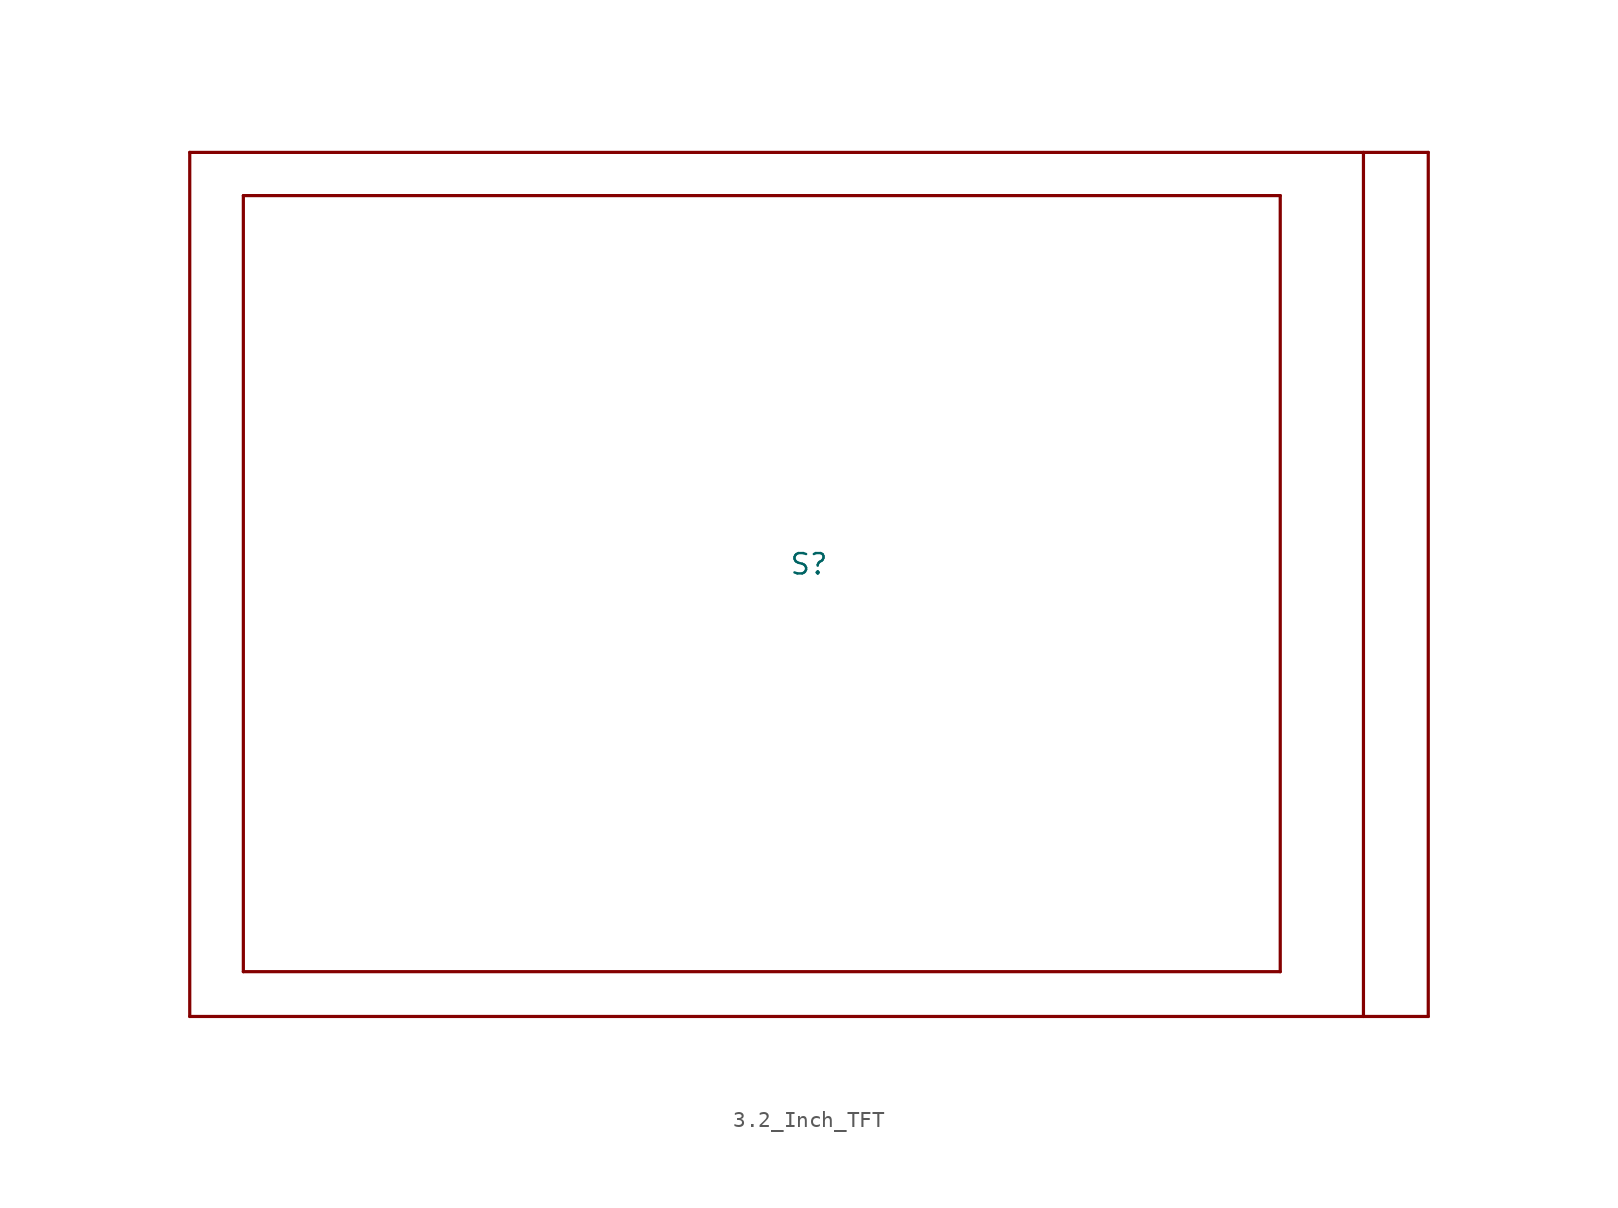
<source format=kicad_sym>
(kicad_symbol_lib
  (version 20231120)
  (generator "kicad_symbol_editor")
  (generator_version "8.0")
  (symbol "3.2_Inch_TFT"
    (property "Reference" "S"
      (at 0 0 0)
      (effects (font (size 1.27 1.27))))
    (property "Value" ""
      (at 0 0 0)
      (effects (font (size 1.27 1.27))))
    (symbol "3.2_Inch_TFT_1_0"
      (polyline (pts (xy -38.7 -28.27) (xy -38.7 25.73)) (stroke (width 0.2) (type default)) (fill (type none)))
      (polyline (pts (xy -38.7 25.73) (xy 38.7 25.73)) (stroke (width 0.2) (type default)) (fill (type none)))
      (polyline (pts (xy -35.35 -25.47) (xy -35.35 23.03)) (stroke (width 0.2) (type default)) (fill (type none)))
      (polyline (pts (xy -35.35 23.03) (xy 29.45 23.03)) (stroke (width 0.2) (type default)) (fill (type none)))
      (polyline (pts (xy 29.45 -25.47) (xy -35.35 -25.47)) (stroke (width 0.2) (type default)) (fill (type none)))
      (polyline (pts (xy 29.45 23.03) (xy 29.45 -25.47)) (stroke (width 0.2) (type default)) (fill (type none)))
      (polyline (pts (xy 34.65 25.73) (xy 34.65 -28.27)) (stroke (width 0.2) (type default)) (fill (type none)))
      (polyline (pts (xy 38.7 -28.27) (xy -38.7 -28.27)) (stroke (width 0.2) (type default)) (fill (type none)))
      (polyline (pts (xy 38.7 25.73) (xy 38.7 -28.27)) (stroke (width 0.2) (type default)) (fill (type none))))))
</source>
